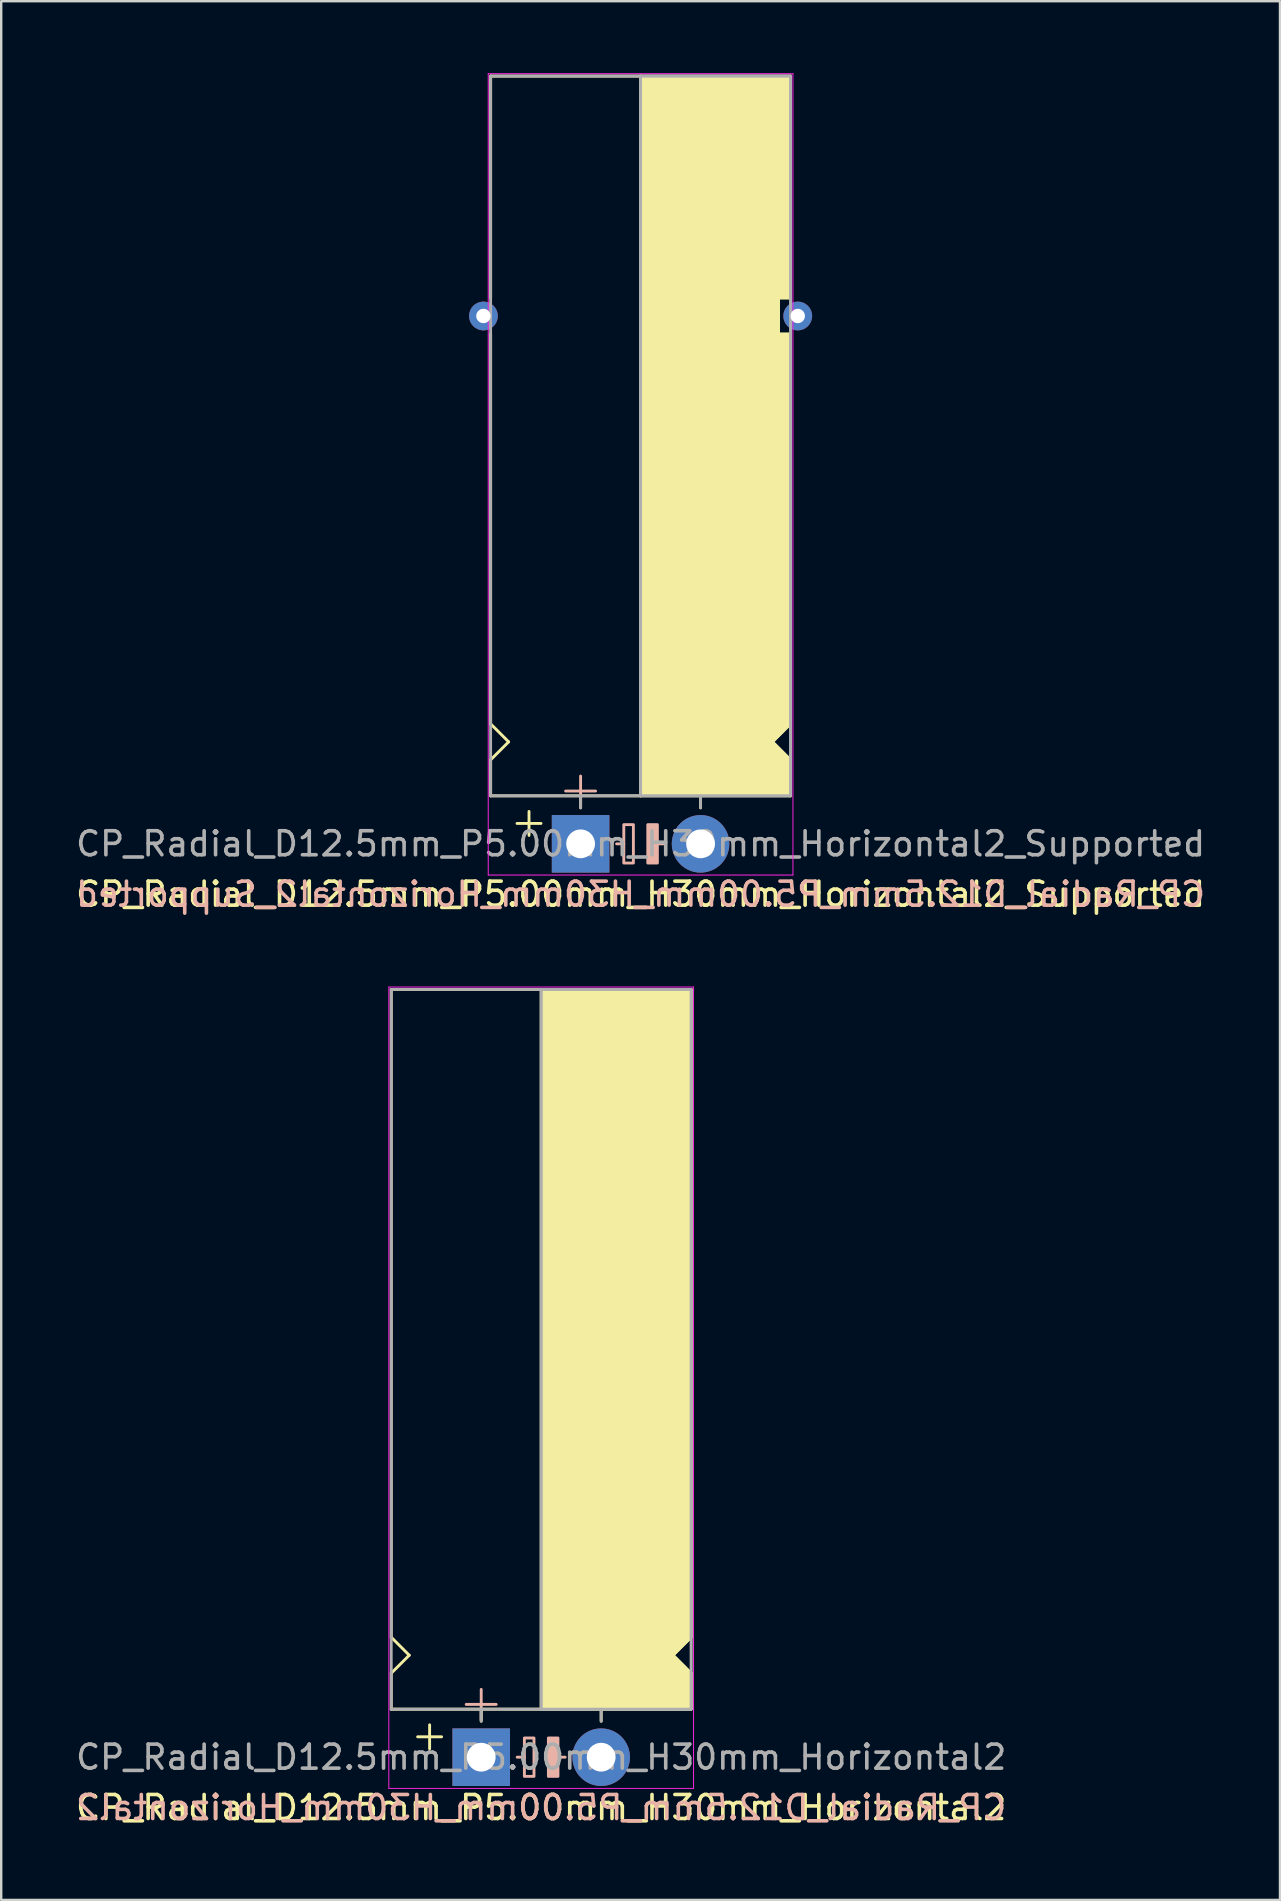
<source format=kicad_pcb>
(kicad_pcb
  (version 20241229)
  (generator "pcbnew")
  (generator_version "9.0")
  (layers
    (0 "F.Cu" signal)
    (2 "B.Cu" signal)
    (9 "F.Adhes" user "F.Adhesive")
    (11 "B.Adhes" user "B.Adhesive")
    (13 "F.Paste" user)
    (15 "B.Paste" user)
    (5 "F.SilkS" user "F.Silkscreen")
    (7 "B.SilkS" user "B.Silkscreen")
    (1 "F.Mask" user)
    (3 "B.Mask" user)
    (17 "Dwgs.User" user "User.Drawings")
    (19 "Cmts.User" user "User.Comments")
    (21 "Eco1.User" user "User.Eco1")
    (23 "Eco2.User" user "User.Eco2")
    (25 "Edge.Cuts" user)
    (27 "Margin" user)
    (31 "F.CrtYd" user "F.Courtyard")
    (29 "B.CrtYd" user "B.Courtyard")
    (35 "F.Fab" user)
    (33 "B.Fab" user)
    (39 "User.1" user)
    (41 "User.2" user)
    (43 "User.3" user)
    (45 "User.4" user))
  (footprint "CP_Radial_D12.5mm_P5.00mm_H30mm_Horizontal2_Supported"
    (layer "F.Cu")
    (at 21.149 32.12)
    (property "Reference" "CP_Radial_D12.5mm_P5.00mm_H30mm_Horizontal2_Supported" (at 2.5 2.1 180) (layer "F.SilkS") (effects (font (size 1 1) (thickness 0.15))))
    (fp_line (start -3.75 -32) (end -3.75 -22.75) (stroke (width 0.12) (type solid)) (layer "F.SilkS"))
    (fp_line (start -3.75 -5) (end -3.75 -21.25) (stroke (width 0.12) (type solid)) (layer "F.SilkS"))
    (fp_line (start -3.75 -3.5) (end -3 -4.25) (stroke (width 0.12) (type solid)) (layer "F.SilkS"))
    (fp_line (start -3.75 -2) (end -3.75 -3.5) (stroke (width 0.12) (type solid)) (layer "F.SilkS"))
    (fp_line (start -3 -4.25) (end -3.75 -5) (stroke (width 0.12) (type solid)) (layer "F.SilkS"))
    (fp_line (start -2.15 -1.35) (end -2.15 -0.35) (stroke (width 0.12) (type solid)) (layer "F.SilkS"))
    (fp_line (start -1.65 -0.85) (end -2.65 -0.85) (stroke (width 0.12) (type solid)) (layer "F.SilkS"))
    (fp_line (start 0 -1.5) (end 0 -2) (stroke (width 0.12) (type solid)) (layer "F.SilkS"))
    (fp_line (start 2.5 -2) (end -3.75 -2) (stroke (width 0.12) (type solid)) (layer "F.SilkS"))
    (fp_line (start 2.5 -2) (end 2.5 -32) (stroke (width 0.12) (type solid)) (layer "F.SilkS"))
    (fp_line (start 2.5 -2) (end 8.75 -2) (stroke (width 0.12) (type solid)) (layer "F.SilkS"))
    (fp_line (start 5 -1.5) (end 5 -2) (stroke (width 0.12) (type solid)) (layer "F.SilkS"))
    (fp_line (start 8 -4.25) (end 8.75 -5) (stroke (width 0.12) (type solid)) (layer "F.SilkS"))
    (fp_line (start 8.25 -22.75) (end 8.25 -21.25) (stroke (width 0.12) (type solid)) (layer "F.SilkS"))
    (fp_line (start 8.25 -21.25) (end 8.75 -21.25) (stroke (width 0.12) (type solid)) (layer "F.SilkS"))
    (fp_line (start 8.75 -32) (end -3.75 -32) (stroke (width 0.12) (type solid)) (layer "F.SilkS"))
    (fp_line (start 8.75 -32) (end 8.75 -22.75) (stroke (width 0.12) (type solid)) (layer "F.SilkS"))
    (fp_line (start 8.75 -22.75) (end 8.25 -22.75) (stroke (width 0.12) (type solid)) (layer "F.SilkS"))
    (fp_line (start 8.75 -5) (end 8.75 -21.25) (stroke (width 0.12) (type solid)) (layer "F.SilkS"))
    (fp_line (start 8.75 -3.5) (end 8 -4.25) (stroke (width 0.12) (type solid)) (layer "F.SilkS"))
    (fp_line (start 8.75 -2) (end 8.75 -3.5) (stroke (width 0.12) (type solid)) (layer "F.SilkS"))
    (fp_poly (pts (xy 8.75 -3.5) (xy 8 -4.25) (xy 8.75 -5) (xy 8.75 -21.25) (xy 8.25 -21.25) (xy 8.25 -22.75) (xy 8.75 -22.75) (xy 8.75 -32) (xy 2.5 -32) (xy 2.5 -2) (xy 8.75 -2)) (stroke (width 0.1) (type solid)) (fill yes) (layer "F.SilkS"))
    (fp_line (start 0 -2.825) (end 0 -1.575) (stroke (width 0.12) (type solid)) (layer "B.SilkS"))
    (fp_line (start 0.625 -2.2) (end -0.625 -2.2) (stroke (width 0.12) (type solid)) (layer "B.SilkS"))
    (fp_line (start 1.8 0) (end 1.5 0) (stroke (width 0.12) (type solid)) (layer "B.SilkS"))
    (fp_line (start 3.5 0) (end 3.2 0) (stroke (width 0.12) (type solid)) (layer "B.SilkS"))
    (fp_rect (start 2.2 -0.8) (end 1.8 0.8) (stroke (width 0.12) (type solid)) (fill no) (layer "B.SilkS"))
    (fp_rect (start 3.2 -0.8) (end 2.8 0.8) (stroke (width 0.12) (type solid)) (fill yes) (layer "B.SilkS"))
    (fp_line (start -3.85 -32.1) (end -3.85 1.3) (stroke (width 0.04) (type solid)) (layer "F.CrtYd"))
    (fp_line (start 8.85 -32.1) (end -3.85 -32.1) (stroke (width 0.04) (type solid)) (layer "F.CrtYd"))
    (fp_line (start 8.85 1.3) (end -3.85 1.3) (stroke (width 0.04) (type solid)) (layer "F.CrtYd"))
    (fp_line (start 8.85 1.3) (end 8.85 -32.1) (stroke (width 0.04) (type solid)) (layer "F.CrtYd"))
    (fp_line (start -3.75 -32) (end 8.75 -32) (stroke (width 0.12) (type solid)) (layer "F.Fab"))
    (fp_line (start -3.75 -2) (end -3.75 -32) (stroke (width 0.12) (type solid)) (layer "F.Fab"))
    (fp_line (start 0 -2) (end -3.75 -2) (stroke (width 0.12) (type solid)) (layer "F.Fab"))
    (fp_line (start 0 -1.5) (end 0 -2) (stroke (width 0.12) (type solid)) (layer "F.Fab"))
    (fp_line (start 2.5 -2) (end 2.5 -32) (stroke (width 0.12) (type solid)) (layer "F.Fab"))
    (fp_line (start 5 -2) (end 5 -1.5) (stroke (width 0.12) (type solid)) (layer "F.Fab"))
    (fp_line (start 8.75 -32) (end 8.75 -2) (stroke (width 0.12) (type solid)) (layer "F.Fab"))
    (fp_line (start 8.75 -2) (end 0 -2) (stroke (width 0.12) (type solid)) (layer "F.Fab"))
    (fp_poly (pts (xy 8.75 -32) (xy 2.5 -32) (xy 2.5 -2) (xy 8.75 -2)) (stroke (width 0.1) (type solid)) (fill no) (layer "F.Fab"))
    (fp_text user "${REFERENCE}" (at 2.5 2.1 0) (layer "B.SilkS") (effects (font (size 1 1) (thickness 0.15)) (justify mirror)))
    (fp_text user "${REFERENCE}" (at 2.5 0 0) (layer "F.Fab") (effects (font (size 1 1) (thickness 0.15))))
    (pad "1" thru_hole rect (at 0 0) (size 2.4 2.4) (drill 1.2) (layers "*.Cu" "*.Mask"))
    (pad "2" thru_hole circle (at 5 0) (size 2.4 2.4) (drill 1.2) (layers "*.Cu" "*.Mask"))
    (pad "~" thru_hole circle (at -4.05 -22 180) (size 1.2 1.2) (drill 0.6) (layers "*.Cu" "*.Mask"))
    (pad "~" thru_hole circle (at 9.05 -22 180) (size 1.2 1.2) (drill 0.6) (layers "*.Cu" "*.Mask")))
  (footprint "CP_Radial_D12.5mm_P5.00mm_H30mm_Horizontal2"
    (layer "F.Cu")
    (at 17.006 70.188)
    (property "Reference" "CP_Radial_D12.5mm_P5.00mm_H30mm_Horizontal2" (at 2.5 2.1 180) (layer "F.SilkS") (effects (font (size 1 1) (thickness 0.15))))
    (fp_line (start -3.75 -5) (end -3.75 -32) (stroke (width 0.12) (type solid)) (layer "F.SilkS"))
    (fp_line (start -3.75 -3.5) (end -3 -4.25) (stroke (width 0.12) (type solid)) (layer "F.SilkS"))
    (fp_line (start -3.75 -2) (end -3.75 -3.5) (stroke (width 0.12) (type solid)) (layer "F.SilkS"))
    (fp_line (start -3 -4.25) (end -3.75 -5) (stroke (width 0.12) (type solid)) (layer "F.SilkS"))
    (fp_line (start -2.15 -1.35) (end -2.15 -0.35) (stroke (width 0.12) (type solid)) (layer "F.SilkS"))
    (fp_line (start -1.65 -0.85) (end -2.65 -0.85) (stroke (width 0.12) (type solid)) (layer "F.SilkS"))
    (fp_line (start 0 -1.5) (end 0 -2) (stroke (width 0.12) (type solid)) (layer "F.SilkS"))
    (fp_line (start 2.5 -2) (end -3.75 -2) (stroke (width 0.12) (type solid)) (layer "F.SilkS"))
    (fp_line (start 2.5 -2) (end 2.5 -32) (stroke (width 0.12) (type solid)) (layer "F.SilkS"))
    (fp_line (start 2.5 -2) (end 8.75 -2) (stroke (width 0.12) (type solid)) (layer "F.SilkS"))
    (fp_line (start 5 -1.5) (end 5 -2) (stroke (width 0.12) (type solid)) (layer "F.SilkS"))
    (fp_line (start 8 -4.25) (end 8.75 -5) (stroke (width 0.12) (type solid)) (layer "F.SilkS"))
    (fp_line (start 8.75 -32) (end -3.75 -32) (stroke (width 0.12) (type solid)) (layer "F.SilkS"))
    (fp_line (start 8.75 -5) (end 8.75 -32) (stroke (width 0.12) (type solid)) (layer "F.SilkS"))
    (fp_line (start 8.75 -3.5) (end 8 -4.25) (stroke (width 0.12) (type solid)) (layer "F.SilkS"))
    (fp_line (start 8.75 -2) (end 8.75 -3.5) (stroke (width 0.12) (type solid)) (layer "F.SilkS"))
    (fp_poly (pts (xy 8.75 -3.5) (xy 8 -4.25) (xy 8.75 -5) (xy 8.75 -32) (xy 2.5 -32) (xy 2.5 -2) (xy 8.75 -2)) (stroke (width 0.1) (type solid)) (fill yes) (layer "F.SilkS"))
    (fp_line (start 0 -2.825) (end 0 -1.575) (stroke (width 0.12) (type solid)) (layer "B.SilkS"))
    (fp_line (start 0.625 -2.2) (end -0.625 -2.2) (stroke (width 0.12) (type solid)) (layer "B.SilkS"))
    (fp_line (start 1.8 0) (end 1.5 0) (stroke (width 0.12) (type solid)) (layer "B.SilkS"))
    (fp_line (start 3.5 0) (end 3.2 0) (stroke (width 0.12) (type solid)) (layer "B.SilkS"))
    (fp_rect (start 2.2 -0.8) (end 1.8 0.8) (stroke (width 0.12) (type solid)) (fill no) (layer "B.SilkS"))
    (fp_rect (start 3.2 -0.8) (end 2.8 0.8) (stroke (width 0.12) (type solid)) (fill yes) (layer "B.SilkS"))
    (fp_line (start -3.85 -32.1) (end -3.85 1.3) (stroke (width 0.04) (type solid)) (layer "F.CrtYd"))
    (fp_line (start 8.85 -32.1) (end -3.85 -32.1) (stroke (width 0.04) (type solid)) (layer "F.CrtYd"))
    (fp_line (start 8.85 1.3) (end -3.85 1.3) (stroke (width 0.04) (type solid)) (layer "F.CrtYd"))
    (fp_line (start 8.85 1.3) (end 8.85 -32.1) (stroke (width 0.04) (type solid)) (layer "F.CrtYd"))
    (fp_line (start -3.75 -32) (end 8.75 -32) (stroke (width 0.12) (type solid)) (layer "F.Fab"))
    (fp_line (start -3.75 -2) (end -3.75 -32) (stroke (width 0.12) (type solid)) (layer "F.Fab"))
    (fp_line (start 0 -2) (end -3.75 -2) (stroke (width 0.12) (type solid)) (layer "F.Fab"))
    (fp_line (start 0 -1.5) (end 0 -2) (stroke (width 0.12) (type solid)) (layer "F.Fab"))
    (fp_line (start 2.5 -2) (end 2.5 -32) (stroke (width 0.12) (type solid)) (layer "F.Fab"))
    (fp_line (start 5 -2) (end 5 -1.5) (stroke (width 0.12) (type solid)) (layer "F.Fab"))
    (fp_line (start 8.75 -32) (end 8.75 -2) (stroke (width 0.12) (type solid)) (layer "F.Fab"))
    (fp_line (start 8.75 -2) (end 0 -2) (stroke (width 0.12) (type solid)) (layer "F.Fab"))
    (fp_poly (pts (xy 8.75 -32) (xy 2.5 -32) (xy 2.5 -2) (xy 8.75 -2)) (stroke (width 0.1) (type solid)) (fill no) (layer "F.Fab"))
    (fp_text user "${REFERENCE}" (at 2.5 2.1 0) (layer "B.SilkS") (effects (font (size 1 1) (thickness 0.15)) (justify mirror)))
    (fp_text user "${REFERENCE}" (at 2.5 0 0) (layer "F.Fab") (effects (font (size 1 1) (thickness 0.15))))
    (pad "1" thru_hole rect (at 0 0) (size 2.4 2.4) (drill 1.2) (layers "*.Cu" "*.Mask"))
    (pad "2" thru_hole circle (at 5 0) (size 2.4 2.4) (drill 1.2) (layers "*.Cu" "*.Mask")))
  (gr_rect
    (start -3 -3)
    (end 50.298 76.136)
    (stroke (width 0.1) (type default))
    (fill no)
    (layer "Edge.Cuts")))
</source>
